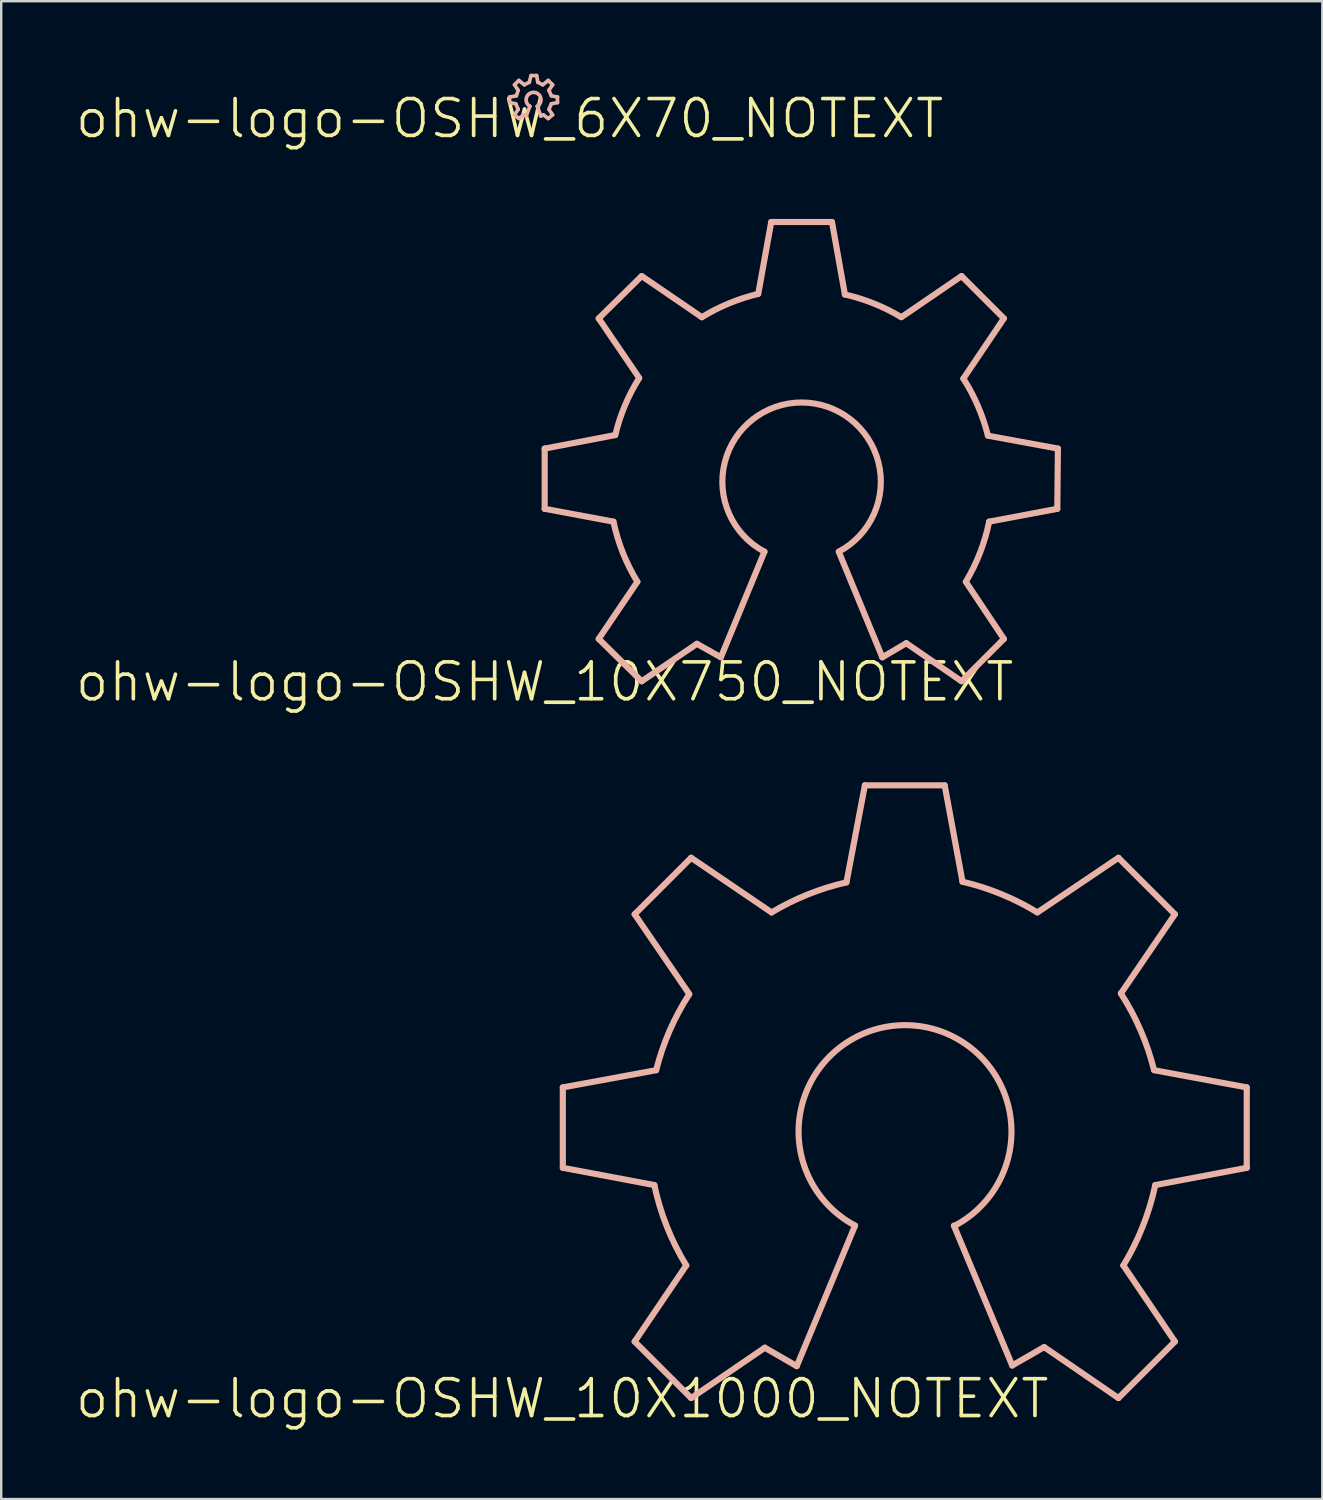
<source format=kicad_pcb>
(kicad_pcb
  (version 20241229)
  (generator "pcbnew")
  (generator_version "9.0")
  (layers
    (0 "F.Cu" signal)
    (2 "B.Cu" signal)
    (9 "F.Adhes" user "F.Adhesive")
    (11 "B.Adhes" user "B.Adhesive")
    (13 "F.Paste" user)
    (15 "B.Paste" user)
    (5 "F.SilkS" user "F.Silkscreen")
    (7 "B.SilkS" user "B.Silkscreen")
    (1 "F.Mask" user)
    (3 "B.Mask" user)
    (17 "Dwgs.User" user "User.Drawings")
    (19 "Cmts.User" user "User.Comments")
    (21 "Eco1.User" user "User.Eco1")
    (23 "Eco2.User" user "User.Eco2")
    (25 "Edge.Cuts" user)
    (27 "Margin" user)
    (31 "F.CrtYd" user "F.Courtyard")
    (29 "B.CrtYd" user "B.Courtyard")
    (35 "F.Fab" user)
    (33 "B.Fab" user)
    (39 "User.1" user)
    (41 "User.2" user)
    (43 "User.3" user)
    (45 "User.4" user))
  (footprint "ohw-logo-OSHW_10X750_NOTEXT"
    (layer "F.Cu")
    (at 19.485 25.161)
    (property "Reference" "ohw-logo-OSHW_10X750_NOTEXT" (at 0 0 0) (layer "F.SilkS") (effects (font (size 1.524 1.524) (thickness 0.15))))
    (attr exclude_from_pos_files exclude_from_bom)
    (fp_line (start 0 -9.652) (end 2.921 -10.211) (stroke (width 0.254) (type solid)) (layer "B.SilkS"))
    (fp_line (start 0 -7.16) (end 0 -9.652) (stroke (width 0.254) (type solid)) (layer "B.SilkS"))
    (fp_line (start 2.235 -15.037) (end 4.013 -16.789) (stroke (width 0.254) (type solid)) (layer "B.SilkS"))
    (fp_line (start 2.235 -1.778) (end 3.835 -4.14) (stroke (width 0.254) (type solid)) (layer "B.SilkS"))
    (fp_line (start 2.845 -6.629) (end 0 -7.16) (stroke (width 0.254) (type solid)) (layer "B.SilkS"))
    (fp_line (start 3.912 -12.573) (end 2.235 -15.037) (stroke (width 0.254) (type solid)) (layer "B.SilkS"))
    (fp_line (start 4.013 -16.789) (end 6.502 -15.088) (stroke (width 0.254) (type solid)) (layer "B.SilkS"))
    (fp_line (start 4.013 -0.025) (end 2.235 -1.778) (stroke (width 0.254) (type solid)) (layer "B.SilkS"))
    (fp_line (start 6.299 -1.575) (end 4.013 -0.025) (stroke (width 0.254) (type solid)) (layer "B.SilkS"))
    (fp_line (start 7.29 -1.016) (end 6.299 -1.575) (stroke (width 0.254) (type solid)) (layer "B.SilkS"))
    (fp_line (start 8.837 -16.053) (end 9.373 -19.025) (stroke (width 0.254) (type solid)) (layer "B.SilkS"))
    (fp_line (start 9.093 -5.385) (end 7.29 -1.016) (stroke (width 0.254) (type solid)) (layer "B.SilkS"))
    (fp_line (start 9.373 -19.025) (end 11.887 -19.025) (stroke (width 0.254) (type solid)) (layer "B.SilkS"))
    (fp_line (start 11.887 -19.025) (end 12.421 -16.027) (stroke (width 0.254) (type solid)) (layer "B.SilkS"))
    (fp_line (start 13.97 -1.016) (end 12.167 -5.385) (stroke (width 0.254) (type solid)) (layer "B.SilkS"))
    (fp_line (start 14.757 -15.088) (end 17.247 -16.789) (stroke (width 0.254) (type solid)) (layer "B.SilkS"))
    (fp_line (start 14.961 -1.6) (end 13.97 -1.016) (stroke (width 0.254) (type solid)) (layer "B.SilkS"))
    (fp_line (start 17.247 -16.789) (end 18.999 -15.037) (stroke (width 0.254) (type solid)) (layer "B.SilkS"))
    (fp_line (start 17.247 -0.025) (end 14.961 -1.6) (stroke (width 0.254) (type solid)) (layer "B.SilkS"))
    (fp_line (start 17.424 -4.14) (end 18.999 -1.778) (stroke (width 0.254) (type solid)) (layer "B.SilkS"))
    (fp_line (start 18.339 -10.185) (end 21.234 -9.652) (stroke (width 0.254) (type solid)) (layer "B.SilkS"))
    (fp_line (start 18.999 -15.037) (end 17.323 -12.548) (stroke (width 0.254) (type solid)) (layer "B.SilkS"))
    (fp_line (start 18.999 -1.778) (end 17.247 -0.025) (stroke (width 0.254) (type solid)) (layer "B.SilkS"))
    (fp_line (start 21.209 -7.16) (end 18.39 -6.629) (stroke (width 0.254) (type solid)) (layer "B.SilkS"))
    (fp_line (start 21.234 -9.652) (end 21.209 -7.16) (stroke (width 0.254) (type solid)) (layer "B.SilkS"))
    (fp_arc (start 2.921 -10.2108) (mid 3.31804 -11.428748) (end 3.907678 -12.566009) (stroke (width 0.254) (type solid)) (layer "B.SilkS"))
    (fp_arc (start 3.8354 -4.1402) (mid 3.234246 -5.341823) (end 2.845269 -6.627895) (stroke (width 0.254) (type solid)) (layer "B.SilkS"))
    (fp_arc (start 6.5024 -15.0876) (mid 7.627222 -15.660733) (end 8.828194 -16.0498) (stroke (width 0.254) (type solid)) (layer "B.SilkS"))
    (fp_arc (start 9.0932 -5.3848) (mid 10.627324 -11.5585) (end 12.171149 -5.387219) (stroke (width 0.254) (type solid)) (layer "B.SilkS"))
    (fp_arc (start 12.4206 -16.0274) (mid 13.621132 -15.652171) (end 14.747696 -15.092773) (stroke (width 0.254) (type solid)) (layer "B.SilkS"))
    (fp_arc (start 17.3228 -12.5476) (mid 17.925033 -11.411897) (end 18.336879 -10.194158) (stroke (width 0.254) (type solid)) (layer "B.SilkS"))
    (fp_arc (start 18.3896 -6.6294) (mid 18.014788 -5.348874) (end 17.430625 -4.149298) (stroke (width 0.254) (type solid)) (layer "B.SilkS")))
  (footprint "ohw-logo-OSHW_6X70_NOTEXT"
    (layer "F.Cu")
    (at 18.034 1.854)
    (property "Reference" "ohw-logo-OSHW_6X70_NOTEXT" (at 0 0 0) (layer "F.SilkS") (effects (font (size 1.524 1.524) (thickness 0.15))))
    (attr exclude_from_pos_files exclude_from_bom)
    (fp_line (start 0 -0.889) (end 0.279 -0.94) (stroke (width 0.152) (type solid)) (layer "B.SilkS"))
    (fp_line (start 0 -0.66) (end 0 -0.889) (stroke (width 0.152) (type solid)) (layer "B.SilkS"))
    (fp_line (start 0.203 -1.397) (end 0.381 -1.575) (stroke (width 0.152) (type solid)) (layer "B.SilkS"))
    (fp_line (start 0.203 -0.152) (end 0.356 -0.381) (stroke (width 0.152) (type solid)) (layer "B.SilkS"))
    (fp_line (start 0.254 -0.61) (end 0 -0.66) (stroke (width 0.152) (type solid)) (layer "B.SilkS"))
    (fp_line (start 0.279 -0.94) (end 0.356 -1.168) (stroke (width 0.152) (type solid)) (layer "B.SilkS"))
    (fp_line (start 0.356 -1.168) (end 0.203 -1.397) (stroke (width 0.152) (type solid)) (layer "B.SilkS"))
    (fp_line (start 0.356 -0.381) (end 0.254 -0.61) (stroke (width 0.152) (type solid)) (layer "B.SilkS"))
    (fp_line (start 0.381 -1.575) (end 0.61 -1.397) (stroke (width 0.152) (type solid)) (layer "B.SilkS"))
    (fp_line (start 0.381 0) (end 0.203 -0.152) (stroke (width 0.152) (type solid)) (layer "B.SilkS"))
    (fp_line (start 0.584 -0.152) (end 0.381 0) (stroke (width 0.152) (type solid)) (layer "B.SilkS"))
    (fp_line (start 0.61 -1.397) (end 0.813 -1.499) (stroke (width 0.152) (type solid)) (layer "B.SilkS"))
    (fp_line (start 0.686 -0.102) (end 0.584 -0.152) (stroke (width 0.152) (type solid)) (layer "B.SilkS"))
    (fp_line (start 0.813 -1.499) (end 0.889 -1.778) (stroke (width 0.152) (type solid)) (layer "B.SilkS"))
    (fp_line (start 0.838 -0.508) (end 0.686 -0.102) (stroke (width 0.152) (type solid)) (layer "B.SilkS"))
    (fp_line (start 0.889 -1.778) (end 1.118 -1.778) (stroke (width 0.152) (type solid)) (layer "B.SilkS"))
    (fp_line (start 1.118 -1.778) (end 1.168 -1.499) (stroke (width 0.152) (type solid)) (layer "B.SilkS"))
    (fp_line (start 1.168 -1.499) (end 1.372 -1.397) (stroke (width 0.152) (type solid)) (layer "B.SilkS"))
    (fp_line (start 1.293 -0.102) (end 1.143 -0.508) (stroke (width 0.152) (type solid)) (layer "B.SilkS"))
    (fp_line (start 1.372 -1.397) (end 1.6 -1.575) (stroke (width 0.152) (type solid)) (layer "B.SilkS"))
    (fp_line (start 1.397 -0.152) (end 1.293 -0.102) (stroke (width 0.152) (type solid)) (layer "B.SilkS"))
    (fp_line (start 1.6 -1.575) (end 1.778 -1.397) (stroke (width 0.152) (type solid)) (layer "B.SilkS"))
    (fp_line (start 1.6 0) (end 1.397 -0.152) (stroke (width 0.152) (type solid)) (layer "B.SilkS"))
    (fp_line (start 1.626 -1.168) (end 1.727 -0.94) (stroke (width 0.152) (type solid)) (layer "B.SilkS"))
    (fp_line (start 1.626 -0.381) (end 1.778 -0.152) (stroke (width 0.152) (type solid)) (layer "B.SilkS"))
    (fp_line (start 1.727 -0.94) (end 1.981 -0.889) (stroke (width 0.152) (type solid)) (layer "B.SilkS"))
    (fp_line (start 1.727 -0.61) (end 1.626 -0.381) (stroke (width 0.152) (type solid)) (layer "B.SilkS"))
    (fp_line (start 1.778 -1.397) (end 1.626 -1.168) (stroke (width 0.152) (type solid)) (layer "B.SilkS"))
    (fp_line (start 1.778 -0.152) (end 1.6 0) (stroke (width 0.152) (type solid)) (layer "B.SilkS"))
    (fp_line (start 1.981 -0.889) (end 1.981 -0.66) (stroke (width 0.152) (type solid)) (layer "B.SilkS"))
    (fp_line (start 1.981 -0.66) (end 1.727 -0.61) (stroke (width 0.152) (type solid)) (layer "B.SilkS"))
    (fp_arc (start 0.8382 -0.508) (mid 0.990572 -1.081872) (end 1.143048 -0.508027) (stroke (width 0.1524) (type solid)) (layer "B.SilkS")))
  (footprint "ohw-logo-OSHW_10X1000_NOTEXT"
    (layer "F.Cu")
    (at 20.211 54.817)
    (property "Reference" "ohw-logo-OSHW_10X1000_NOTEXT" (at 0 0 0) (layer "F.SilkS") (effects (font (size 1.524 1.524) (thickness 0.15))))
    (attr exclude_from_pos_files exclude_from_bom)
    (fp_line (start 0.025 -12.878) (end 3.886 -13.589) (stroke (width 0.254) (type solid)) (layer "B.SilkS"))
    (fp_line (start 0.025 -9.55) (end 0.025 -12.878) (stroke (width 0.254) (type solid)) (layer "B.SilkS"))
    (fp_line (start 2.997 -20.041) (end 5.334 -22.377) (stroke (width 0.254) (type solid)) (layer "B.SilkS"))
    (fp_line (start 2.997 -2.362) (end 5.131 -5.512) (stroke (width 0.254) (type solid)) (layer "B.SilkS"))
    (fp_line (start 3.81 -8.837) (end 0.025 -9.55) (stroke (width 0.254) (type solid)) (layer "B.SilkS"))
    (fp_line (start 5.258 -16.739) (end 2.997 -20.041) (stroke (width 0.254) (type solid)) (layer "B.SilkS"))
    (fp_line (start 5.334 -22.377) (end 8.661 -20.117) (stroke (width 0.254) (type solid)) (layer "B.SilkS"))
    (fp_line (start 5.334 -0.025) (end 2.997 -2.362) (stroke (width 0.254) (type solid)) (layer "B.SilkS"))
    (fp_line (start 8.382 -2.108) (end 5.334 -0.025) (stroke (width 0.254) (type solid)) (layer "B.SilkS"))
    (fp_line (start 9.703 -1.346) (end 8.382 -2.108) (stroke (width 0.254) (type solid)) (layer "B.SilkS"))
    (fp_line (start 11.76 -21.361) (end 12.522 -25.375) (stroke (width 0.254) (type solid)) (layer "B.SilkS"))
    (fp_line (start 12.116 -7.16) (end 9.703 -1.346) (stroke (width 0.254) (type solid)) (layer "B.SilkS"))
    (fp_line (start 12.522 -25.375) (end 15.824 -25.375) (stroke (width 0.254) (type solid)) (layer "B.SilkS"))
    (fp_line (start 15.824 -25.375) (end 16.561 -21.387) (stroke (width 0.254) (type solid)) (layer "B.SilkS"))
    (fp_line (start 18.618 -1.372) (end 16.205 -7.16) (stroke (width 0.254) (type solid)) (layer "B.SilkS"))
    (fp_line (start 19.66 -20.117) (end 23.012 -22.377) (stroke (width 0.254) (type solid)) (layer "B.SilkS"))
    (fp_line (start 19.939 -2.134) (end 18.618 -1.372) (stroke (width 0.254) (type solid)) (layer "B.SilkS"))
    (fp_line (start 23.012 -22.377) (end 25.349 -20.041) (stroke (width 0.254) (type solid)) (layer "B.SilkS"))
    (fp_line (start 23.012 -0.025) (end 19.939 -2.134) (stroke (width 0.254) (type solid)) (layer "B.SilkS"))
    (fp_line (start 23.216 -5.512) (end 25.349 -2.362) (stroke (width 0.254) (type solid)) (layer "B.SilkS"))
    (fp_line (start 24.486 -13.589) (end 28.321 -12.878) (stroke (width 0.254) (type solid)) (layer "B.SilkS"))
    (fp_line (start 25.349 -20.041) (end 23.114 -16.764) (stroke (width 0.254) (type solid)) (layer "B.SilkS"))
    (fp_line (start 25.349 -2.362) (end 23.012 -0.025) (stroke (width 0.254) (type solid)) (layer "B.SilkS"))
    (fp_line (start 28.321 -12.878) (end 28.321 -9.55) (stroke (width 0.254) (type solid)) (layer "B.SilkS"))
    (fp_line (start 28.321 -9.55) (end 24.536 -8.837) (stroke (width 0.254) (type solid)) (layer "B.SilkS"))
    (fp_arc (start 3.8862 -13.589) (mid 4.438549 -15.212108) (end 5.248576 -16.723209) (stroke (width 0.254) (type solid)) (layer "B.SilkS"))
    (fp_arc (start 5.1308 -5.5118) (mid 4.330293 -7.116397) (end 3.811588 -8.83293) (stroke (width 0.254) (type solid)) (layer "B.SilkS"))
    (fp_arc (start 8.6614 -20.1168) (mid 10.159196 -20.8601) (end 11.754829 -21.359942) (stroke (width 0.254) (type solid)) (layer "B.SilkS"))
    (fp_arc (start 12.1158 -7.16026) (mid 14.206315 -15.453154) (end 16.210272 -7.138919) (stroke (width 0.254) (type solid)) (layer "B.SilkS"))
    (fp_arc (start 16.5608 -21.3868) (mid 18.157465 -20.876494) (end 19.653326 -20.120085) (stroke (width 0.254) (type solid)) (layer "B.SilkS"))
    (fp_arc (start 23.114 -16.764) (mid 23.927716 -15.241583) (end 24.481856 -13.606708) (stroke (width 0.254) (type solid)) (layer "B.SilkS"))
    (fp_arc (start 24.5364 -8.83666) (mid 24.015887 -7.118596) (end 23.216144 -5.511396) (stroke (width 0.254) (type solid)) (layer "B.SilkS")))
  (gr_rect
    (start -3 -3)
    (end 51.659 58.972)
    (stroke (width 0.1) (type default))
    (fill no)
    (layer "Edge.Cuts")))
</source>
